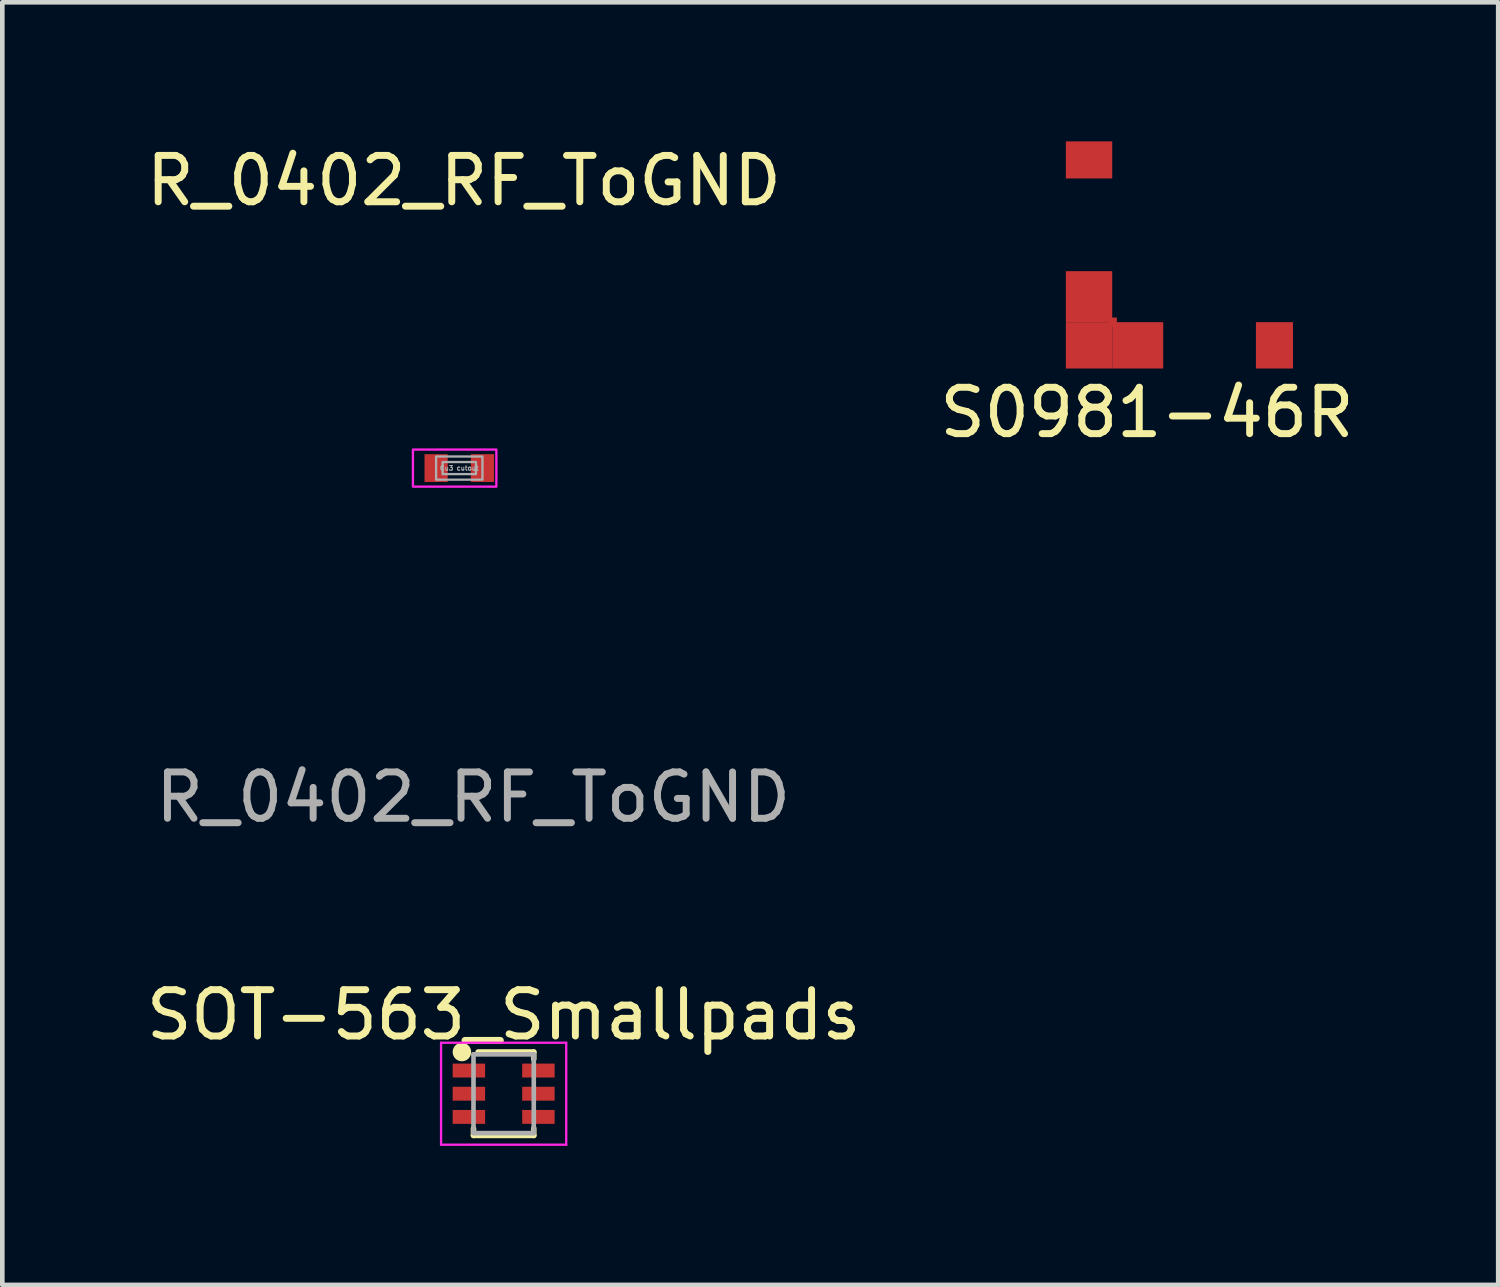
<source format=kicad_pcb>
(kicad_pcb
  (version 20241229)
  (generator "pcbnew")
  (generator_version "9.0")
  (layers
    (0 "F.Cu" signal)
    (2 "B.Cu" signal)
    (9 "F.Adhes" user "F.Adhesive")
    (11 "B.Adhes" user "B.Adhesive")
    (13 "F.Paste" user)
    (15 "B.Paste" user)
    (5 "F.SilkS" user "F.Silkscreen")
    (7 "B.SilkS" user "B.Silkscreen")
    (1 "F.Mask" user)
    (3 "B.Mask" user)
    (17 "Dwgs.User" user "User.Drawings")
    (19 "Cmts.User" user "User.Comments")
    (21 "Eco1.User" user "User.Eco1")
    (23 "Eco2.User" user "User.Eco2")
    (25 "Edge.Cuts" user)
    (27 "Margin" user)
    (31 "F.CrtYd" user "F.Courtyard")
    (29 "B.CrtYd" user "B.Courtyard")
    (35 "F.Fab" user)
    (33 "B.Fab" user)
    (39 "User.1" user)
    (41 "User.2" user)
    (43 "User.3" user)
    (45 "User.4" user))
  (footprint "S0981-46R"
    (layer "F.Cu")
    (at 20.444 4.4)
    (property "Reference" "S0981-46R" (at 1.25 1.45 0) (layer "F.SilkS") (effects (font (size 1 1) (thickness 0.15))))
    (attr smd)
    (pad "1" smd rect (at 0 -4) (size 1 0.8) (layers "F.Cu" "F.Mask" "F.Paste"))
    (pad "1" smd rect (at 0 -1.05) (size 1 1.1) (layers "F.Cu" "F.Mask" "F.Paste"))
    (pad "1" smd rect (at 0 0) (size 1 1) (layers "F.Cu" "F.Mask" "F.Paste"))
    (pad "1" smd rect (at 0.5 -0.5) (size 0.2 0.2) (layers "F.Cu" "F.Mask" "F.Paste"))
    (pad "1" smd rect (at 1.05 0) (size 1.1 1) (layers "F.Cu" "F.Mask" "F.Paste"))
    (pad "1" smd rect (at 4 0) (size 0.8 1) (layers "F.Cu" "F.Mask" "F.Paste")))
  (footprint "R_0402_RF_ToGND"
    (layer "F.Cu")
    (at 6.858 7.048)
    (property "Reference" "R_0402_RF_ToGND" (at 0.1 -6.2 0) (unlocked yes) (layer "F.SilkS") (effects (font (size 1 1) (thickness 0.15))))
    (attr smd)
    (fp_rect (start -1.075 -0.5) (end -0.825 0.5) (stroke (width 0) (type solid)) (fill yes) (layer "F.Mask"))
    (fp_rect (start -1.05 -0.5) (end 0.95 -0.175) (stroke (width 0) (type solid)) (fill yes) (layer "F.Mask"))
    (fp_rect (start -1.05 0.175) (end 0.9 0.5) (stroke (width 0) (type solid)) (fill yes) (layer "F.Mask"))
    (fp_rect (start -0.75 -0.5) (end -0.25 0.5) (stroke (width 0) (type solid)) (fill yes) (layer "F.Mask"))
    (fp_rect (start -0.15 -0.5) (end 0.15 0.5) (stroke (width 0) (type solid)) (fill yes) (layer "F.Mask"))
    (fp_rect (start 0.25 -0.5) (end 0.75 0.5) (stroke (width 0) (type solid)) (fill yes) (layer "F.Mask"))
    (fp_rect (start 0.85 -0.5) (end 1 0.5) (stroke (width 0) (type solid)) (fill yes) (layer "F.Mask"))
    (fp_rect (start -1 -0.4) (end 0.8 0.4) (stroke (width 0.05) (type solid)) (fill no) (layer "F.CrtYd"))
    (fp_rect (start -0.5 -0.25) (end 0.5 0.25) (stroke (width 0.05) (type solid)) (fill no) (layer "F.Fab"))
    (fp_rect (start -0.36 -0.13) (end 0.36 0.13) (stroke (width 0.05) (type solid)) (fill no) (layer "F.Fab"))
    (fp_line (start -1.045 -2.25) (end -0.85 -2.25) (stroke (width 0.02) (type solid)) (layer "User.1"))
    (fp_line (start -1.045 -2.25) (end -0.85 -2.25) (stroke (width 0.02) (type solid)) (layer "User.1"))
    (fp_line (start -1.045 -0.25) (end -1.045 -2.25) (stroke (width 0.02) (type solid)) (layer "User.1"))
    (fp_line (start -1.045 -0.25) (end -1.045 -2.25) (stroke (width 0.02) (type solid)) (layer "User.1"))
    (fp_line (start -1.045 0.25) (end -0.995 0.25) (stroke (width 0.02) (type solid)) (layer "User.1"))
    (fp_line (start -1.045 0.25) (end -0.995 0.25) (stroke (width 0.02) (type solid)) (layer "User.1"))
    (fp_line (start -1.045 2.25) (end -1.045 0.25) (stroke (width 0.02) (type solid)) (layer "User.1"))
    (fp_line (start -1.045 2.25) (end -1.045 0.25) (stroke (width 0.02) (type solid)) (layer "User.1"))
    (fp_line (start -0.995 -0.25) (end -1.045 -0.25) (stroke (width 0.02) (type solid)) (layer "User.1"))
    (fp_line (start -0.995 -0.25) (end -1.045 -0.25) (stroke (width 0.02) (type solid)) (layer "User.1"))
    (fp_line (start -0.995 0.25) (end -0.995 -0.25) (stroke (width 0.02) (type solid)) (layer "User.1"))
    (fp_line (start -0.995 0.25) (end -0.995 -0.25) (stroke (width 0.02) (type solid)) (layer "User.1"))
    (fp_line (start -0.85 2.25) (end -1.045 2.25) (stroke (width 0.02) (type solid)) (layer "User.1"))
    (fp_line (start -0.85 2.25) (end -1.045 2.25) (stroke (width 0.02) (type solid)) (layer "User.1"))
    (fp_line (start -0.795 -2) (end -0.795 -1.5) (stroke (width 0.02) (type solid)) (layer "User.1"))
    (fp_line (start -0.795 -2) (end -0.795 -1.5) (stroke (width 0.02) (type solid)) (layer "User.1"))
    (fp_line (start -0.795 -1.5) (end -0.195 -1.5) (stroke (width 0.02) (type solid)) (layer "User.1"))
    (fp_line (start -0.795 -1.5) (end -0.195 -1.5) (stroke (width 0.02) (type solid)) (layer "User.1"))
    (fp_line (start -0.795 -1) (end -0.795 -0.5) (stroke (width 0.02) (type solid)) (layer "User.1"))
    (fp_line (start -0.795 -1) (end -0.795 -0.5) (stroke (width 0.02) (type solid)) (layer "User.1"))
    (fp_line (start -0.795 -0.5) (end -0.195 -0.5) (stroke (width 0.02) (type solid)) (layer "User.1"))
    (fp_line (start -0.795 -0.5) (end -0.195 -0.5) (stroke (width 0.02) (type solid)) (layer "User.1"))
    (fp_line (start -0.795 0.5) (end -0.795 1) (stroke (width 0.02) (type solid)) (layer "User.1"))
    (fp_line (start -0.795 0.5) (end -0.795 1) (stroke (width 0.02) (type solid)) (layer "User.1"))
    (fp_line (start -0.795 1) (end -0.195 1) (stroke (width 0.02) (type solid)) (layer "User.1"))
    (fp_line (start -0.795 1) (end -0.195 1) (stroke (width 0.02) (type solid)) (layer "User.1"))
    (fp_line (start -0.795 1.5) (end -0.795 2) (stroke (width 0.02) (type solid)) (layer "User.1"))
    (fp_line (start -0.795 1.5) (end -0.795 2) (stroke (width 0.02) (type solid)) (layer "User.1"))
    (fp_line (start -0.795 2) (end -0.195 2) (stroke (width 0.02) (type solid)) (layer "User.1"))
    (fp_line (start -0.795 2) (end -0.195 2) (stroke (width 0.02) (type solid)) (layer "User.1"))
    (fp_line (start -0.745 -0.3) (end -0.745 0.3) (stroke (width 0.02) (type solid)) (layer "User.1"))
    (fp_line (start -0.745 -0.3) (end -0.745 0.3) (stroke (width 0.02) (type solid)) (layer "User.1"))
    (fp_line (start -0.745 0.3) (end -0.245 0.3) (stroke (width 0.02) (type solid)) (layer "User.1"))
    (fp_line (start -0.745 0.3) (end -0.245 0.3) (stroke (width 0.02) (type solid)) (layer "User.1"))
    (fp_line (start -0.625 -1.61) (end -0.365 -1.61) (stroke (width 0.02) (type solid)) (layer "User.1"))
    (fp_line (start -0.625 -0.89) (end -0.625 -1.61) (stroke (width 0.02) (type solid)) (layer "User.1"))
    (fp_line (start -0.625 0.89) (end -0.365 0.89) (stroke (width 0.02) (type solid)) (layer "User.1"))
    (fp_line (start -0.625 1.61) (end -0.625 0.89) (stroke (width 0.02) (type solid)) (layer "User.1"))
    (fp_line (start -0.6 -1.5) (end -0.39 -1.5) (stroke (width 0.02) (type solid)) (layer "User.1"))
    (fp_line (start -0.6 -1.5) (end -0.39 -1.5) (stroke (width 0.02) (type solid)) (layer "User.1"))
    (fp_line (start -0.6 -1) (end -0.6 1) (stroke (width 0.02) (type solid)) (layer "User.1"))
    (fp_line (start -0.6 -1) (end -0.6 1) (stroke (width 0.02) (type solid)) (layer "User.1"))
    (fp_line (start -0.6 1) (end -0.39 1) (stroke (width 0.02) (type solid)) (layer "User.1"))
    (fp_line (start -0.6 1) (end -0.39 1) (stroke (width 0.02) (type solid)) (layer "User.1"))
    (fp_line (start -0.39 -1) (end -0.6 -1) (stroke (width 0.02) (type solid)) (layer "User.1"))
    (fp_line (start -0.39 -1) (end -0.6 -1) (stroke (width 0.02) (type solid)) (layer "User.1"))
    (fp_line (start -0.39 1) (end -0.39 -1) (stroke (width 0.02) (type solid)) (layer "User.1"))
    (fp_line (start -0.39 1) (end -0.39 -1) (stroke (width 0.02) (type solid)) (layer "User.1"))
    (fp_line (start -0.39 1.5) (end -0.6 1.5) (stroke (width 0.02) (type solid)) (layer "User.1"))
    (fp_line (start -0.39 1.5) (end -0.6 1.5) (stroke (width 0.02) (type solid)) (layer "User.1"))
    (fp_line (start -0.365 -1.61) (end -0.365 -0.89) (stroke (width 0.02) (type solid)) (layer "User.1"))
    (fp_line (start -0.365 -0.89) (end -0.625 -0.89) (stroke (width 0.02) (type solid)) (layer "User.1"))
    (fp_line (start -0.365 0.89) (end -0.365 1.61) (stroke (width 0.02) (type solid)) (layer "User.1"))
    (fp_line (start -0.365 1.61) (end -0.625 1.61) (stroke (width 0.02) (type solid)) (layer "User.1"))
    (fp_line (start -0.355 -0.13) (end 0.365 -0.13) (stroke (width 0.02) (type solid)) (layer "User.1"))
    (fp_line (start -0.355 0.13) (end -0.355 -0.13) (stroke (width 0.02) (type solid)) (layer "User.1"))
    (fp_line (start -0.245 -0.3) (end -0.745 -0.3) (stroke (width 0.02) (type solid)) (layer "User.1"))
    (fp_line (start -0.245 -0.3) (end -0.745 -0.3) (stroke (width 0.02) (type solid)) (layer "User.1"))
    (fp_line (start -0.245 0.3) (end -0.245 -0.3) (stroke (width 0.02) (type solid)) (layer "User.1"))
    (fp_line (start -0.245 0.3) (end -0.245 -0.3) (stroke (width 0.02) (type solid)) (layer "User.1"))
    (fp_line (start -0.195 -2) (end -0.795 -2) (stroke (width 0.02) (type solid)) (layer "User.1"))
    (fp_line (start -0.195 -2) (end -0.795 -2) (stroke (width 0.02) (type solid)) (layer "User.1"))
    (fp_line (start -0.195 -1.5) (end -0.195 -2) (stroke (width 0.02) (type solid)) (layer "User.1"))
    (fp_line (start -0.195 -1.5) (end -0.195 -2) (stroke (width 0.02) (type solid)) (layer "User.1"))
    (fp_line (start -0.195 -1) (end -0.795 -1) (stroke (width 0.02) (type solid)) (layer "User.1"))
    (fp_line (start -0.195 -1) (end -0.795 -1) (stroke (width 0.02) (type solid)) (layer "User.1"))
    (fp_line (start -0.195 -0.5) (end -0.195 -1) (stroke (width 0.02) (type solid)) (layer "User.1"))
    (fp_line (start -0.195 -0.5) (end -0.195 -1) (stroke (width 0.02) (type solid)) (layer "User.1"))
    (fp_line (start -0.195 0.5) (end -0.795 0.5) (stroke (width 0.02) (type solid)) (layer "User.1"))
    (fp_line (start -0.195 0.5) (end -0.795 0.5) (stroke (width 0.02) (type solid)) (layer "User.1"))
    (fp_line (start -0.195 1) (end -0.195 0.5) (stroke (width 0.02) (type solid)) (layer "User.1"))
    (fp_line (start -0.195 1) (end -0.195 0.5) (stroke (width 0.02) (type solid)) (layer "User.1"))
    (fp_line (start -0.195 1.5) (end -0.795 1.5) (stroke (width 0.02) (type solid)) (layer "User.1"))
    (fp_line (start -0.195 1.5) (end -0.795 1.5) (stroke (width 0.02) (type solid)) (layer "User.1"))
    (fp_line (start -0.195 2) (end -0.195 1.5) (stroke (width 0.02) (type solid)) (layer "User.1"))
    (fp_line (start -0.195 2) (end -0.195 1.5) (stroke (width 0.02) (type solid)) (layer "User.1"))
    (fp_line (start -0.14 -2.25) (end 0.055 -2.25) (stroke (width 0.02) (type solid)) (layer "User.1"))
    (fp_line (start -0.14 -2.25) (end 0.055 -2.25) (stroke (width 0.02) (type solid)) (layer "User.1"))
    (fp_line (start 0.005 -0.25) (end 0.005 0.25) (stroke (width 0.02) (type solid)) (layer "User.1"))
    (fp_line (start 0.005 -0.25) (end 0.005 0.25) (stroke (width 0.02) (type solid)) (layer "User.1"))
    (fp_line (start 0.005 0.25) (end 0.055 0.25) (stroke (width 0.02) (type solid)) (layer "User.1"))
    (fp_line (start 0.005 0.25) (end 0.055 0.25) (stroke (width 0.02) (type solid)) (layer "User.1"))
    (fp_line (start 0.055 -2.25) (end 0.055 -0.25) (stroke (width 0.02) (type solid)) (layer "User.1"))
    (fp_line (start 0.055 -2.25) (end 0.055 -0.25) (stroke (width 0.02) (type solid)) (layer "User.1"))
    (fp_line (start 0.055 -0.25) (end 0.005 -0.25) (stroke (width 0.02) (type solid)) (layer "User.1"))
    (fp_line (start 0.055 -0.25) (end 0.005 -0.25) (stroke (width 0.02) (type solid)) (layer "User.1"))
    (fp_line (start 0.055 0.25) (end 0.055 2.25) (stroke (width 0.02) (type solid)) (layer "User.1"))
    (fp_line (start 0.055 0.25) (end 0.055 2.25) (stroke (width 0.02) (type solid)) (layer "User.1"))
    (fp_line (start 0.055 2.25) (end -0.14 2.25) (stroke (width 0.02) (type solid)) (layer "User.1"))
    (fp_line (start 0.055 2.25) (end -0.14 2.25) (stroke (width 0.02) (type solid)) (layer "User.1"))
    (fp_line (start 0.255 -0.3) (end 0.255 0.3) (stroke (width 0.02) (type solid)) (layer "User.1"))
    (fp_line (start 0.255 -0.3) (end 0.255 0.3) (stroke (width 0.02) (type solid)) (layer "User.1"))
    (fp_line (start 0.255 0.3) (end 0.755 0.3) (stroke (width 0.02) (type solid)) (layer "User.1"))
    (fp_line (start 0.255 0.3) (end 0.755 0.3) (stroke (width 0.02) (type solid)) (layer "User.1"))
    (fp_line (start 0.365 -0.13) (end 0.365 0.13) (stroke (width 0.02) (type solid)) (layer "User.1"))
    (fp_line (start 0.365 0.13) (end -0.355 0.13) (stroke (width 0.02) (type solid)) (layer "User.1"))
    (fp_line (start 0.755 -0.3) (end 0.255 -0.3) (stroke (width 0.02) (type solid)) (layer "User.1"))
    (fp_line (start 0.755 -0.3) (end 0.255 -0.3) (stroke (width 0.02) (type solid)) (layer "User.1"))
    (fp_line (start 0.755 0.3) (end 0.755 -0.3) (stroke (width 0.02) (type solid)) (layer "User.1"))
    (fp_line (start 0.755 0.3) (end 0.755 -0.3) (stroke (width 0.02) (type solid)) (layer "User.1"))
    (fp_circle (center -1.5 -1.7) (end -1.5 -2.075) (stroke (width 0.02) (type solid)) (fill no) (layer "User.1"))
    (fp_circle (center -1.5 -1.7) (end -1.5 -2.075) (stroke (width 0.02) (type solid)) (fill no) (layer "User.1"))
    (fp_circle (center -1.5 -1.7) (end -1.5 -1.825) (stroke (width 0.02) (type solid)) (fill no) (layer "User.1"))
    (fp_circle (center -1.5 -0.85) (end -1.5 -1.225) (stroke (width 0.02) (type solid)) (fill no) (layer "User.1"))
    (fp_circle (center -1.5 -0.85) (end -1.5 -1.225) (stroke (width 0.02) (type solid)) (fill no) (layer "User.1"))
    (fp_circle (center -1.5 -0.85) (end -1.5 -0.975) (stroke (width 0.02) (type solid)) (fill no) (layer "User.1"))
    (fp_circle (center -1.5 0) (end -1.5 -0.375) (stroke (width 0.02) (type solid)) (fill no) (layer "User.1"))
    (fp_circle (center -1.5 0) (end -1.5 -0.375) (stroke (width 0.02) (type solid)) (fill no) (layer "User.1"))
    (fp_circle (center -1.5 0) (end -1.5 -0.125) (stroke (width 0.02) (type solid)) (fill no) (layer "User.1"))
    (fp_circle (center -1.5 0.85) (end -1.5 0.475) (stroke (width 0.02) (type solid)) (fill no) (layer "User.1"))
    (fp_circle (center -1.5 0.85) (end -1.5 0.475) (stroke (width 0.02) (type solid)) (fill no) (layer "User.1"))
    (fp_circle (center -1.5 0.85) (end -1.5 0.725) (stroke (width 0.02) (type solid)) (fill no) (layer "User.1"))
    (fp_circle (center -1.5 1.7) (end -1.5 1.325) (stroke (width 0.02) (type solid)) (fill no) (layer "User.1"))
    (fp_circle (center -1.5 1.7) (end -1.5 1.325) (stroke (width 0.02) (type solid)) (fill no) (layer "User.1"))
    (fp_circle (center -1.5 1.7) (end -1.5 1.575) (stroke (width 0.02) (type solid)) (fill no) (layer "User.1"))
    (fp_circle (center 0.51 -1.7) (end 0.51 -2.075) (stroke (width 0.02) (type solid)) (fill no) (layer "User.1"))
    (fp_circle (center 0.51 -1.7) (end 0.51 -2.075) (stroke (width 0.02) (type solid)) (fill no) (layer "User.1"))
    (fp_circle (center 0.51 -1.7) (end 0.51 -1.825) (stroke (width 0.02) (type solid)) (fill no) (layer "User.1"))
    (fp_circle (center 0.51 -0.85) (end 0.51 -1.225) (stroke (width 0.02) (type solid)) (fill no) (layer "User.1"))
    (fp_circle (center 0.51 -0.85) (end 0.51 -1.225) (stroke (width 0.02) (type solid)) (fill no) (layer "User.1"))
    (fp_circle (center 0.51 -0.85) (end 0.51 -0.975) (stroke (width 0.02) (type solid)) (fill no) (layer "User.1"))
    (fp_circle (center 0.51 0.85) (end 0.51 0.475) (stroke (width 0.02) (type solid)) (fill no) (layer "User.1"))
    (fp_circle (center 0.51 0.85) (end 0.51 0.475) (stroke (width 0.02) (type solid)) (fill no) (layer "User.1"))
    (fp_circle (center 0.51 0.85) (end 0.51 0.725) (stroke (width 0.02) (type solid)) (fill no) (layer "User.1"))
    (fp_circle (center 0.51 1.7) (end 0.51 1.325) (stroke (width 0.02) (type solid)) (fill no) (layer "User.1"))
    (fp_circle (center 0.51 1.7) (end 0.51 1.325) (stroke (width 0.02) (type solid)) (fill no) (layer "User.1"))
    (fp_circle (center 0.51 1.7) (end 0.51 1.575) (stroke (width 0.02) (type solid)) (fill no) (layer "User.1"))
    (fp_circle (center 1.31 0) (end 1.31 -0.375) (stroke (width 0.02) (type solid)) (fill no) (layer "User.1"))
    (fp_circle (center 1.31 0) (end 1.31 -0.375) (stroke (width 0.02) (type solid)) (fill no) (layer "User.1"))
    (fp_circle (center 1.31 0) (end 1.31 -0.125) (stroke (width 0.02) (type solid)) (fill no) (layer "User.1"))
    (fp_text user "${REFERENCE}" (at 0.3 7.1 0) (unlocked yes) (layer "F.Fab") (effects (font (size 1 1) (thickness 0.15))))
    (fp_text user "Cu3 cutout" (at 0 0 0) (unlocked yes) (layer "F.Fab") (effects (font (size 0.1 0.1) (thickness 0.02))))
    (pad "1" smd rect (at -0.5 0) (size 0.5 0.6) (layers "F.Cu" "F.Paste"))
    (pad "2" smd rect (at 0.5 0) (size 0.5 0.6) (layers "F.Cu" "F.Paste"))
    (zone (net_name "") (layer "F.Cu") (hatch edge 0.508) (connect_pads) (min_thickness 0.254) (filled_areas_thickness no) (keepout (tracks allowed) (vias allowed) (pads allowed) (copperpour not_allowed) (footprints allowed)) (placement (enabled no)) (fill) (polygon (pts (xy 6.858 7.598) (xy 5.858 7.598) (xy 5.858 6.498) (xy 6.858 6.498)))))
  (footprint "SOT-563_Smallpads"
    (layer "F.Cu")
    (at 7.815 20.545)
    (property "Reference" "SOT-563_Smallpads" (at 0 -1.7 0) (layer "F.SilkS") (effects (font (size 1 1) (thickness 0.15))))
    (attr smd)
    (fp_line (start -0.65 0.75) (end -0.65 0.9) (stroke (width 0.12) (type solid)) (layer "F.SilkS"))
    (fp_line (start -0.55 -0.9) (end 0.65 -0.9) (stroke (width 0.12) (type solid)) (layer "F.SilkS"))
    (fp_line (start 0.65 -0.9) (end 0.65 -0.75) (stroke (width 0.12) (type solid)) (layer "F.SilkS"))
    (fp_line (start 0.65 0.75) (end 0.65 0.9) (stroke (width 0.12) (type solid)) (layer "F.SilkS"))
    (fp_line (start 0.65 0.9) (end -0.65 0.9) (stroke (width 0.12) (type solid)) (layer "F.SilkS"))
    (fp_circle (center -0.9 -0.9) (end -0.7 -0.9) (stroke (width 0) (type solid)) (fill yes) (layer "F.SilkS"))
    (fp_line (start -1.35 -1.1) (end -1.35 1.1) (stroke (width 0.05) (type solid)) (layer "F.CrtYd"))
    (fp_line (start -1.35 -1.1) (end 1.35 -1.1) (stroke (width 0.05) (type solid)) (layer "F.CrtYd"))
    (fp_line (start 1.35 1.1) (end -1.35 1.1) (stroke (width 0.05) (type solid)) (layer "F.CrtYd"))
    (fp_line (start 1.35 1.1) (end 1.35 -1.1) (stroke (width 0.05) (type solid)) (layer "F.CrtYd"))
    (fp_line (start -0.65 -0.85) (end -0.65 0.85) (stroke (width 0.1) (type solid)) (layer "F.Fab"))
    (fp_line (start -0.65 0.85) (end 0.65 0.85) (stroke (width 0.1) (type solid)) (layer "F.Fab"))
    (fp_line (start 0.65 -0.85) (end -0.65 -0.85) (stroke (width 0.1) (type solid)) (layer "F.Fab"))
    (fp_line (start 0.65 0.85) (end 0.65 -0.85) (stroke (width 0.1) (type solid)) (layer "F.Fab"))
    (pad "1" smd rect (at -0.75 -0.5) (size 0.7 0.3) (layers "F.Cu" "F.Mask" "F.Paste"))
    (pad "2" smd rect (at -0.75 0) (size 0.7 0.3) (layers "F.Cu" "F.Mask" "F.Paste"))
    (pad "3" smd rect (at -0.75 0.5) (size 0.7 0.3) (layers "F.Cu" "F.Mask" "F.Paste"))
    (pad "4" smd rect (at 0.75 0.5) (size 0.7 0.3) (layers "F.Cu" "F.Mask" "F.Paste"))
    (pad "5" smd rect (at 0.75 0) (size 0.7 0.3) (layers "F.Cu" "F.Mask" "F.Paste"))
    (pad "6" smd rect (at 0.75 -0.5) (size 0.7 0.3) (layers "F.Cu" "F.Mask" "F.Paste")))
  (gr_rect
    (start -3 -3)
    (end 29.271 24.67)
    (stroke (width 0.1) (type default))
    (fill no)
    (layer "Edge.Cuts")))
</source>
